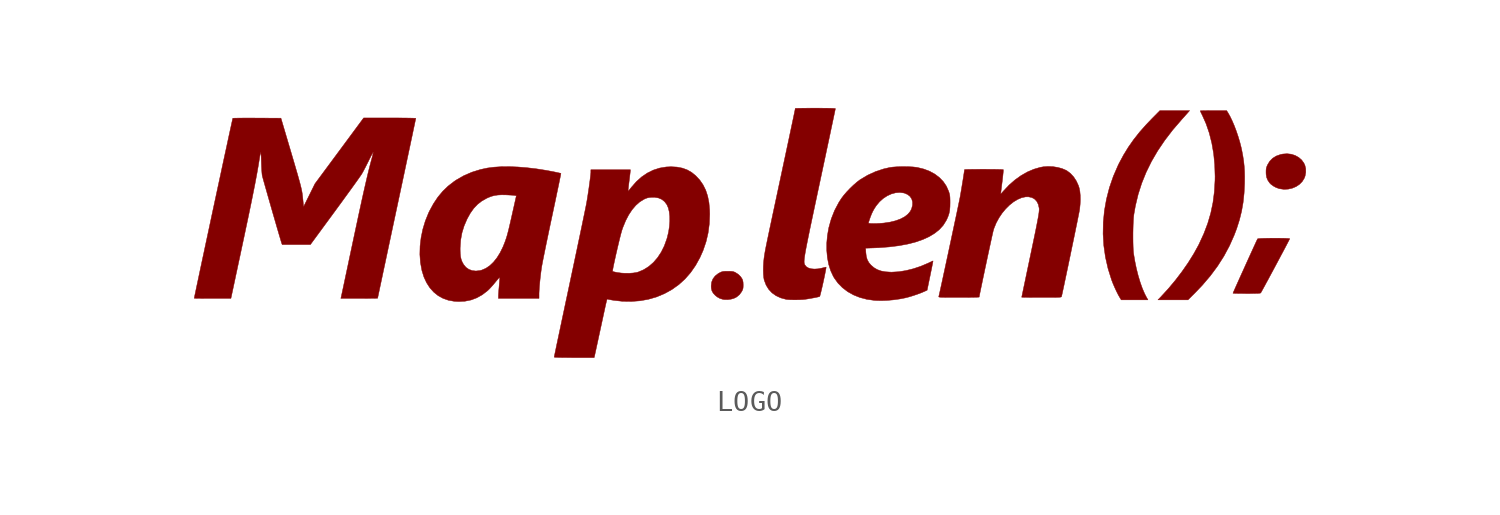
<source format=kicad_sym>
(kicad_symbol_lib
  (version 20211014)
  (generator kicad_symbol_editor)
  (symbol "LOGO"
    (pin_names
      (offset 1.016))
    (property "Reference" "#G"
      (at 0 5.368 0)
      (effects (font (size 1.27 1.27)) hide))
    (symbol "LOGO_0_0"
      (polyline (pts (xy 25.915 2.106) (xy 26.113 2.151) (xy 26.296 2.228) (xy 26.458 2.336) (xy 26.591 2.471) (xy 26.689 2.631) (xy 26.729 2.738) (xy 26.761 2.914) (xy 26.758 3.091) (xy 26.719 3.254) (xy 26.669 3.361) (xy 26.56 3.511) (xy 26.418 3.633) (xy 26.251 3.726) (xy 26.064 3.786) (xy 25.862 3.809) (xy 25.653 3.794) (xy 25.541 3.77) (xy 25.337 3.697) (xy 25.166 3.59) (xy 25.028 3.45) (xy 24.922 3.276) (xy 24.919 3.27) (xy 24.883 3.184) (xy 24.861 3.11) (xy 24.851 3.028) (xy 24.849 2.919) (xy 24.852 2.821) (xy 24.877 2.67) (xy 24.932 2.537) (xy 25.021 2.405) (xy 25.083 2.341) (xy 25.198 2.256) (xy 25.332 2.183) (xy 25.471 2.133) (xy 25.501 2.125) (xy 25.709 2.096) (xy 25.915 2.106)) (stroke (width 0.01) (type default) (color 0 0 0 0)) (fill (type outline)))
      (polyline (pts (xy -1.047 -3.211) (xy -0.899 -3.19) (xy -0.768 -3.154) (xy -0.635 -3.087) (xy -0.496 -2.972) (xy -0.388 -2.821) (xy -0.387 -2.82) (xy -0.351 -2.748) (xy -0.33 -2.684) (xy -0.32 -2.61) (xy -0.318 -2.507) (xy -0.322 -2.394) (xy -0.337 -2.301) (xy -0.364 -2.225) (xy -0.439 -2.111) (xy -0.556 -1.995) (xy -0.695 -1.906) (xy -0.733 -1.888) (xy -0.791 -1.867) (xy -0.856 -1.855) (xy -0.941 -1.85) (xy -1.059 -1.848) (xy -1.158 -1.849) (xy -1.246 -1.853) (xy -1.313 -1.864) (xy -1.371 -1.882) (xy -1.436 -1.912) (xy -1.524 -1.961) (xy -1.669 -2.076) (xy -1.774 -2.215) (xy -1.838 -2.374) (xy -1.859 -2.554) (xy -1.854 -2.658) (xy -1.824 -2.789) (xy -1.762 -2.901) (xy -1.662 -3.009) (xy -1.567 -3.086) (xy -1.438 -3.157) (xy -1.285 -3.202) (xy -1.189 -3.213) (xy -1.047 -3.211)) (stroke (width 0.01) (type default) (color 0 0 0 0)) (fill (type outline)))
      (polyline (pts (xy 19.082 -3.078) (xy 19.002 -2.923) (xy 18.893 -2.668) (xy 18.79 -2.378) (xy 18.694 -2.059) (xy 18.608 -1.719) (xy 18.535 -1.364) (xy 18.474 -1) (xy 18.468 -0.95) (xy 18.457 -0.812) (xy 18.45 -0.642) (xy 18.445 -0.446) (xy 18.443 -0.234) (xy 18.443 -0.014) (xy 18.447 0.204) (xy 18.453 0.411) (xy 18.462 0.599) (xy 18.473 0.759) (xy 18.487 0.883) (xy 18.561 1.302) (xy 18.693 1.853) (xy 18.865 2.391) (xy 19.078 2.917) (xy 19.332 3.435) (xy 19.63 3.946) (xy 19.971 4.451) (xy 20.357 4.955) (xy 20.79 5.457) (xy 20.803 5.472) (xy 20.892 5.57) (xy 20.974 5.663) (xy 21.043 5.74) (xy 21.089 5.793) (xy 21.169 5.885) (xy 19.74 5.885) (xy 19.35 5.491) (xy 19.091 5.221) (xy 18.768 4.857) (xy 18.481 4.495) (xy 18.224 4.129) (xy 17.992 3.751) (xy 17.779 3.354) (xy 17.729 3.253) (xy 17.498 2.722) (xy 17.311 2.18) (xy 17.169 1.628) (xy 17.07 1.07) (xy 17.015 0.509) (xy 17.005 -0.054) (xy 17.04 -0.615) (xy 17.119 -1.171) (xy 17.244 -1.72) (xy 17.413 -2.26) (xy 17.481 -2.437) (xy 17.564 -2.629) (xy 17.651 -2.817) (xy 17.737 -2.987) (xy 17.817 -3.125) (xy 17.879 -3.225) (xy 18.521 -3.225) (xy 19.164 -3.225) (xy 19.082 -3.078)) (stroke (width 0.01) (type default) (color 0 0 0 0)) (fill (type outline)))
      (polyline (pts (xy 21.44 -2.878) (xy 21.778 -2.524) (xy 22.168 -2.067) (xy 22.515 -1.6) (xy 22.821 -1.12) (xy 23.087 -0.624) (xy 23.316 -0.11) (xy 23.436 0.207) (xy 23.569 0.626) (xy 23.672 1.043) (xy 23.746 1.468) (xy 23.793 1.914) (xy 23.816 2.389) (xy 23.816 2.401) (xy 23.819 2.699) (xy 23.813 2.965) (xy 23.797 3.213) (xy 23.771 3.457) (xy 23.732 3.712) (xy 23.679 3.99) (xy 23.651 4.117) (xy 23.585 4.374) (xy 23.505 4.64) (xy 23.415 4.906) (xy 23.317 5.163) (xy 23.215 5.401) (xy 23.113 5.612) (xy 23.015 5.785) (xy 22.951 5.885) (xy 22.31 5.885) (xy 22.143 5.885) (xy 21.993 5.883) (xy 21.865 5.881) (xy 21.767 5.879) (xy 21.703 5.876) (xy 21.681 5.873) (xy 21.684 5.862) (xy 21.705 5.816) (xy 21.74 5.744) (xy 21.784 5.655) (xy 21.961 5.257) (xy 22.117 4.803) (xy 22.239 4.319) (xy 22.327 3.81) (xy 22.379 3.275) (xy 22.396 2.719) (xy 22.393 2.527) (xy 22.362 1.983) (xy 22.295 1.461) (xy 22.189 0.955) (xy 22.043 0.457) (xy 21.855 -0.039) (xy 21.624 -0.541) (xy 21.591 -0.607) (xy 21.363 -1.018) (xy 21.099 -1.441) (xy 20.802 -1.867) (xy 20.48 -2.288) (xy 20.136 -2.698) (xy 19.776 -3.09) (xy 19.646 -3.225) (xy 21.092 -3.225) (xy 21.44 -2.878)) (stroke (width 0.01) (type default) (color 0 0 0 0)) (fill (type outline)))
      (polyline (pts (xy 24.023 -2.919) (xy 24.208 -2.918) (xy 24.351 -2.915) (xy 24.457 -2.912) (xy 24.53 -2.906) (xy 24.575 -2.899) (xy 24.594 -2.89) (xy 24.594 -2.889) (xy 24.612 -2.859) (xy 24.649 -2.793) (xy 24.703 -2.695) (xy 24.772 -2.569) (xy 24.853 -2.419) (xy 24.945 -2.251) (xy 25.043 -2.067) (xy 25.148 -1.873) (xy 25.255 -1.673) (xy 25.363 -1.471) (xy 25.47 -1.271) (xy 25.572 -1.078) (xy 25.669 -0.897) (xy 25.757 -0.731) (xy 25.834 -0.584) (xy 25.898 -0.462) (xy 25.947 -0.368) (xy 25.978 -0.307) (xy 25.989 -0.283) (xy 25.97 -0.276) (xy 25.91 -0.27) (xy 25.817 -0.265) (xy 25.696 -0.261) (xy 25.553 -0.259) (xy 25.397 -0.257) (xy 25.233 -0.257) (xy 25.069 -0.258) (xy 24.91 -0.261) (xy 24.765 -0.264) (xy 24.638 -0.268) (xy 24.538 -0.274) (xy 24.47 -0.281) (xy 24.442 -0.288) (xy 24.432 -0.308) (xy 24.404 -0.366) (xy 24.36 -0.459) (xy 24.304 -0.582) (xy 24.236 -0.73) (xy 24.159 -0.898) (xy 24.075 -1.083) (xy 23.986 -1.279) (xy 23.894 -1.482) (xy 23.801 -1.688) (xy 23.709 -1.891) (xy 23.62 -2.088) (xy 23.536 -2.274) (xy 23.46 -2.445) (xy 23.392 -2.595) (xy 23.337 -2.721) (xy 23.294 -2.817) (xy 23.267 -2.88) (xy 23.258 -2.904) (xy 23.258 -2.905) (xy 23.287 -2.908) (xy 23.355 -2.912) (xy 23.459 -2.915) (xy 23.59 -2.917) (xy 23.744 -2.918) (xy 23.914 -2.919) (xy 24.023 -2.919)) (stroke (width 0.01) (type default) (color 0 0 0 0)) (fill (type outline)))
      (polyline (pts (xy 2.394 -3.217) (xy 2.528 -3.211) (xy 2.637 -3.201) (xy 2.667 -3.197) (xy 2.782 -3.18) (xy 2.907 -3.159) (xy 3.034 -3.136) (xy 3.153 -3.114) (xy 3.253 -3.092) (xy 3.326 -3.075) (xy 3.363 -3.062) (xy 3.368 -3.054) (xy 3.383 -3.008) (xy 3.405 -2.926) (xy 3.432 -2.817) (xy 3.463 -2.685) (xy 3.497 -2.539) (xy 3.531 -2.385) (xy 3.565 -2.23) (xy 3.596 -2.08) (xy 3.624 -1.942) (xy 3.647 -1.824) (xy 3.664 -1.73) (xy 3.673 -1.67) (xy 3.672 -1.648) (xy 3.668 -1.648) (xy 3.629 -1.657) (xy 3.56 -1.673) (xy 3.472 -1.695) (xy 3.289 -1.731) (xy 3.11 -1.742) (xy 2.95 -1.728) (xy 2.817 -1.688) (xy 2.714 -1.624) (xy 2.647 -1.537) (xy 2.641 -1.524) (xy 2.631 -1.498) (xy 2.624 -1.47) (xy 2.618 -1.438) (xy 2.615 -1.398) (xy 2.616 -1.348) (xy 2.62 -1.288) (xy 2.628 -1.214) (xy 2.64 -1.123) (xy 2.657 -1.015) (xy 2.679 -0.887) (xy 2.707 -0.737) (xy 2.741 -0.562) (xy 2.781 -0.361) (xy 2.828 -0.131) (xy 2.881 0.13) (xy 2.943 0.424) (xy 3.012 0.753) (xy 3.09 1.12) (xy 3.176 1.526) (xy 3.271 1.974) (xy 3.376 2.466) (xy 3.401 2.584) (xy 3.485 2.978) (xy 3.566 3.359) (xy 3.644 3.724) (xy 3.717 4.071) (xy 3.787 4.397) (xy 3.851 4.699) (xy 3.909 4.976) (xy 3.962 5.225) (xy 4.008 5.443) (xy 4.047 5.627) (xy 4.078 5.775) (xy 4.101 5.885) (xy 4.115 5.954) (xy 4.12 5.979) (xy 4.113 5.983) (xy 4.064 5.989) (xy 3.97 5.994) (xy 3.831 5.998) (xy 3.648 6) (xy 3.422 6.002) (xy 3.155 6.003) (xy 3.061 6.003) (xy 2.86 6.002) (xy 2.675 6.001) (xy 2.513 5.999) (xy 2.379 5.997) (xy 2.277 5.994) (xy 2.212 5.992) (xy 2.189 5.988) (xy 2.189 5.987) (xy 2.183 5.953) (xy 2.167 5.873) (xy 2.141 5.749) (xy 2.106 5.581) (xy 2.062 5.371) (xy 2.008 5.118) (xy 1.946 4.824) (xy 1.875 4.489) (xy 1.795 4.114) (xy 1.707 3.701) (xy 1.61 3.248) (xy 1.547 2.951) (xy 1.445 2.474) (xy 1.352 2.04) (xy 1.268 1.645) (xy 1.192 1.289) (xy 1.123 0.969) (xy 1.062 0.682) (xy 1.008 0.427) (xy 0.96 0.202) (xy 0.918 0.003) (xy 0.882 -0.171) (xy 0.85 -0.322) (xy 0.823 -0.453) (xy 0.8 -0.566) (xy 0.78 -0.662) (xy 0.764 -0.745) (xy 0.75 -0.817) (xy 0.739 -0.878) (xy 0.729 -0.933) (xy 0.721 -0.983) (xy 0.713 -1.03) (xy 0.706 -1.077) (xy 0.699 -1.125) (xy 0.691 -1.177) (xy 0.683 -1.236) (xy 0.664 -1.423) (xy 0.653 -1.618) (xy 0.65 -1.81) (xy 0.655 -1.988) (xy 0.669 -2.142) (xy 0.69 -2.26) (xy 0.698 -2.286) (xy 0.786 -2.517) (xy 0.91 -2.718) (xy 1.068 -2.887) (xy 1.261 -3.024) (xy 1.486 -3.129) (xy 1.744 -3.199) (xy 1.748 -3.2) (xy 1.833 -3.21) (xy 1.953 -3.217) (xy 2.094 -3.221) (xy 2.245 -3.221) (xy 2.394 -3.217)) (stroke (width 0.01) (type default) (color 0 0 0 0)) (fill (type outline)))
      (polyline (pts (xy 6.61 -3.251) (xy 6.914 -3.224) (xy 7.214 -3.182) (xy 7.498 -3.127) (xy 7.498 -3.126) (xy 7.662 -3.084) (xy 7.85 -3.027) (xy 8.044 -2.962) (xy 8.227 -2.894) (xy 8.381 -2.83) (xy 8.535 -2.761) (xy 8.68 -2.058) (xy 8.695 -1.984) (xy 8.73 -1.815) (xy 8.761 -1.664) (xy 8.786 -1.536) (xy 8.805 -1.437) (xy 8.817 -1.374) (xy 8.82 -1.35) (xy 8.819 -1.35) (xy 8.788 -1.362) (xy 8.729 -1.389) (xy 8.651 -1.426) (xy 8.586 -1.457) (xy 8.232 -1.607) (xy 7.872 -1.727) (xy 7.514 -1.816) (xy 7.167 -1.871) (xy 6.838 -1.89) (xy 6.768 -1.889) (xy 6.526 -1.873) (xy 6.317 -1.834) (xy 6.137 -1.769) (xy 5.979 -1.677) (xy 5.836 -1.555) (xy 5.834 -1.554) (xy 5.727 -1.426) (xy 5.653 -1.289) (xy 5.607 -1.13) (xy 5.585 -0.94) (xy 5.574 -0.737) (xy 6.006 -0.722) (xy 6.2 -0.714) (xy 6.706 -0.676) (xy 7.173 -0.618) (xy 7.6 -0.539) (xy 7.988 -0.439) (xy 8.335 -0.318) (xy 8.641 -0.177) (xy 8.906 -0.015) (xy 9.13 0.166) (xy 9.312 0.368) (xy 9.451 0.59) (xy 9.488 0.663) (xy 9.55 0.809) (xy 9.594 0.946) (xy 9.621 1.089) (xy 9.635 1.252) (xy 9.639 1.448) (xy 9.638 1.578) (xy 9.635 1.688) (xy 9.628 1.772) (xy 9.617 1.844) (xy 9.599 1.915) (xy 9.573 1.996) (xy 9.568 2.009) (xy 9.461 2.25) (xy 9.314 2.467) (xy 9.13 2.659) (xy 8.911 2.826) (xy 8.659 2.964) (xy 8.376 3.072) (xy 8.066 3.148) (xy 8.009 3.157) (xy 7.851 3.174) (xy 7.665 3.184) (xy 7.462 3.188) (xy 7.256 3.187) (xy 7.058 3.179) (xy 6.882 3.166) (xy 6.739 3.146) (xy 6.448 3.08) (xy 6.052 2.95) (xy 5.672 2.776) (xy 5.314 2.562) (xy 5.304 2.556) (xy 5.154 2.442) (xy 4.99 2.299) (xy 4.823 2.139) (xy 4.663 1.971) (xy 4.522 1.807) (xy 4.409 1.657) (xy 4.286 1.465) (xy 4.083 1.082) (xy 3.923 0.679) (xy 3.866 0.477) (xy 5.707 0.477) (xy 5.732 0.554) (xy 5.798 0.749) (xy 5.862 0.912) (xy 5.929 1.053) (xy 6.002 1.182) (xy 6.088 1.31) (xy 6.093 1.317) (xy 6.247 1.501) (xy 6.423 1.658) (xy 6.615 1.783) (xy 6.816 1.875) (xy 7.02 1.93) (xy 7.223 1.946) (xy 7.416 1.92) (xy 7.446 1.912) (xy 7.598 1.846) (xy 7.715 1.752) (xy 7.794 1.632) (xy 7.834 1.491) (xy 7.833 1.333) (xy 7.788 1.161) (xy 7.725 1.036) (xy 7.609 0.897) (xy 7.451 0.774) (xy 7.255 0.67) (xy 7.022 0.584) (xy 6.755 0.518) (xy 6.455 0.473) (xy 6.397 0.468) (xy 6.255 0.457) (xy 6.114 0.45) (xy 5.984 0.447) (xy 5.87 0.448) (xy 5.782 0.454) (xy 5.725 0.463) (xy 5.707 0.477) (xy 3.866 0.477) (xy 3.805 0.257) (xy 3.804 0.255) (xy 3.738 -0.118) (xy 3.704 -0.487) (xy 3.704 -0.848) (xy 3.735 -1.193) (xy 3.798 -1.519) (xy 3.892 -1.819) (xy 4.017 -2.089) (xy 4.068 -2.176) (xy 4.249 -2.425) (xy 4.465 -2.644) (xy 4.714 -2.832) (xy 4.993 -2.988) (xy 5.3 -3.111) (xy 5.633 -3.198) (xy 5.99 -3.249) (xy 6.052 -3.254) (xy 6.318 -3.261) (xy 6.61 -3.251)) (stroke (width 0.01) (type default) (color 0 0 0 0)) (fill (type outline)))
      (polyline (pts (xy -13.711 -3.29) (xy -13.418 -3.231) (xy -13.141 -3.127) (xy -12.877 -2.979) (xy -12.624 -2.785) (xy -12.614 -2.776) (xy -12.54 -2.704) (xy -12.449 -2.607) (xy -12.352 -2.498) (xy -12.261 -2.388) (xy -12.225 -2.344) (xy -12.152 -2.257) (xy -12.093 -2.187) (xy -12.052 -2.142) (xy -12.035 -2.128) (xy -12.034 -2.144) (xy -12.037 -2.201) (xy -12.043 -2.291) (xy -12.052 -2.405) (xy -12.063 -2.537) (xy -12.071 -2.63) (xy -12.083 -2.767) (xy -12.092 -2.889) (xy -12.098 -2.985) (xy -12.1 -3.046) (xy -12.1 -3.154) (xy -10.146 -3.154) (xy -10.146 -2.946) (xy -10.146 -2.908) (xy -10.139 -2.758) (xy -10.127 -2.573) (xy -10.108 -2.364) (xy -10.085 -2.14) (xy -10.057 -1.91) (xy -10.026 -1.683) (xy -10.016 -1.619) (xy -9.995 -1.508) (xy -9.967 -1.359) (xy -9.93 -1.175) (xy -9.887 -0.961) (xy -9.838 -0.72) (xy -9.784 -0.456) (xy -9.725 -0.173) (xy -9.663 0.125) (xy -9.598 0.434) (xy -9.531 0.749) (xy -9.524 0.781) (xy -9.459 1.087) (xy -9.397 1.379) (xy -9.339 1.654) (xy -9.286 1.91) (xy -9.237 2.142) (xy -9.194 2.347) (xy -9.158 2.523) (xy -9.129 2.665) (xy -9.108 2.771) (xy -9.096 2.838) (xy -9.092 2.862) (xy -9.098 2.865) (xy -9.141 2.876) (xy -9.218 2.893) (xy -9.321 2.916) (xy -9.441 2.941) (xy -9.798 3.008) (xy -10.264 3.081) (xy -10.719 3.135) (xy -11.156 3.171) (xy -11.572 3.188) (xy -11.96 3.185) (xy -12.317 3.162) (xy -12.636 3.12) (xy -12.962 3.05) (xy -13.374 2.922) (xy -13.762 2.755) (xy -14.124 2.548) (xy -14.231 2.476) (xy -14.521 2.252) (xy -14.78 2.002) (xy -15.014 1.721) (xy -15.226 1.404) (xy -15.42 1.048) (xy -15.465 0.953) (xy -15.619 0.571) (xy -15.739 0.174) (xy -15.823 -0.231) (xy -15.871 -0.637) (xy -15.875 -0.789) (xy -13.943 -0.789) (xy -13.942 -0.709) (xy -13.917 -0.344) (xy -13.855 0.0001) (xy -13.752 0.335) (xy -13.607 0.671) (xy -13.606 0.673) (xy -13.455 0.946) (xy -13.291 1.177) (xy -13.109 1.37) (xy -12.905 1.53) (xy -12.676 1.66) (xy -12.598 1.697) (xy -12.442 1.758) (xy -12.287 1.799) (xy -12.121 1.823) (xy -11.933 1.832) (xy -11.711 1.828) (xy -11.657 1.825) (xy -11.532 1.819) (xy -11.423 1.812) (xy -11.342 1.805) (xy -11.297 1.799) (xy -11.237 1.785) (xy -11.431 0.922) (xy -11.434 0.909) (xy -11.49 0.66) (xy -11.538 0.451) (xy -11.579 0.276) (xy -11.614 0.13) (xy -11.646 0.007) (xy -11.675 -0.099) (xy -11.702 -0.193) (xy -11.731 -0.282) (xy -11.761 -0.37) (xy -11.795 -0.464) (xy -11.879 -0.673) (xy -12.016 -0.952) (xy -12.169 -1.198) (xy -12.336 -1.407) (xy -12.514 -1.577) (xy -12.702 -1.705) (xy -12.897 -1.79) (xy -12.992 -1.815) (xy -13.183 -1.836) (xy -13.362 -1.816) (xy -13.523 -1.757) (xy -13.661 -1.661) (xy -13.773 -1.527) (xy -13.788 -1.503) (xy -13.85 -1.388) (xy -13.894 -1.27) (xy -13.923 -1.138) (xy -13.938 -0.981) (xy -13.943 -0.789) (xy -15.875 -0.789) (xy -15.881 -1.039) (xy -15.853 -1.429) (xy -15.785 -1.801) (xy -15.78 -1.822) (xy -15.684 -2.129) (xy -15.556 -2.404) (xy -15.399 -2.646) (xy -15.215 -2.851) (xy -15.004 -3.021) (xy -14.769 -3.151) (xy -14.51 -3.243) (xy -14.23 -3.293) (xy -14.021 -3.306) (xy -13.711 -3.29)) (stroke (width 0.01) (type default) (color 0 0 0 0)) (fill (type outline)))
      (polyline (pts (xy -7.478 -5.95) (xy -7.473 -5.929) (xy -7.459 -5.865) (xy -7.437 -5.763) (xy -7.407 -5.626) (xy -7.371 -5.459) (xy -7.329 -5.267) (xy -7.283 -5.053) (xy -7.233 -4.822) (xy -7.18 -4.579) (xy -7.121 -4.306) (xy -7.067 -4.057) (xy -7.022 -3.847) (xy -6.984 -3.674) (xy -6.954 -3.533) (xy -6.929 -3.422) (xy -6.909 -3.337) (xy -6.894 -3.274) (xy -6.883 -3.231) (xy -6.874 -3.204) (xy -6.868 -3.189) (xy -6.863 -3.184) (xy -6.858 -3.185) (xy -6.853 -3.188) (xy -6.843 -3.191) (xy -6.794 -3.203) (xy -6.716 -3.219) (xy -6.62 -3.236) (xy -6.544 -3.248) (xy -6.122 -3.295) (xy -5.701 -3.301) (xy -5.289 -3.27) (xy -4.891 -3.2) (xy -4.516 -3.093) (xy -4.494 -3.086) (xy -4.107 -2.925) (xy -3.749 -2.727) (xy -3.419 -2.492) (xy -3.119 -2.22) (xy -2.849 -1.912) (xy -2.61 -1.568) (xy -2.4 -1.189) (xy -2.246 -0.84) (xy -2.106 -0.428) (xy -2.007 -0.005) (xy -1.949 0.435) (xy -1.93 0.897) (xy -1.935 1.102) (xy -1.966 1.452) (xy -2.028 1.768) (xy -2.122 2.054) (xy -2.249 2.311) (xy -2.409 2.543) (xy -2.604 2.752) (xy -2.799 2.91) (xy -3.012 3.032) (xy -3.245 3.117) (xy -3.502 3.167) (xy -3.79 3.183) (xy -4.024 3.172) (xy -4.342 3.119) (xy -4.646 3.021) (xy -4.935 2.878) (xy -5.208 2.692) (xy -5.464 2.462) (xy -5.703 2.189) (xy -5.72 2.168) (xy -5.776 2.097) (xy -5.821 2.041) (xy -5.845 2.013) (xy -5.851 2.007) (xy -5.857 2.008) (xy -5.859 2.024) (xy -5.858 2.059) (xy -5.852 2.12) (xy -5.842 2.211) (xy -5.827 2.338) (xy -5.806 2.507) (xy -5.793 2.611) (xy -5.779 2.733) (xy -5.766 2.839) (xy -5.758 2.913) (xy -5.746 3.037) (xy -7.651 3.037) (xy -7.651 2.929) (xy -7.652 2.889) (xy -7.661 2.799) (xy -7.675 2.675) (xy -7.694 2.524) (xy -7.717 2.353) (xy -7.742 2.17) (xy -7.77 1.982) (xy -7.798 1.796) (xy -7.826 1.619) (xy -7.853 1.46) (xy -7.855 1.448) (xy -7.869 1.375) (xy -7.892 1.26) (xy -7.923 1.105) (xy -7.963 0.913) (xy -8.01 0.687) (xy -8.063 0.429) (xy -8.123 0.143) (xy -8.188 -0.168) (xy -8.259 -0.502) (xy -8.333 -0.857) (xy -8.412 -1.228) (xy -8.493 -1.614) (xy -8.541 -1.839) (xy -6.607 -1.839) (xy -6.599 -1.784) (xy -6.583 -1.694) (xy -6.559 -1.572) (xy -6.528 -1.426) (xy -6.492 -1.261) (xy -6.453 -1.083) (xy -6.41 -0.897) (xy -6.367 -0.709) (xy -6.323 -0.525) (xy -6.281 -0.35) (xy -6.242 -0.191) (xy -6.206 -0.052) (xy -6.175 0.06) (xy -6.152 0.139) (xy -6.106 0.27) (xy -5.976 0.585) (xy -5.829 0.868) (xy -5.666 1.114) (xy -5.489 1.322) (xy -5.3 1.489) (xy -5.101 1.613) (xy -5.027 1.648) (xy -4.935 1.682) (xy -4.843 1.701) (xy -4.727 1.712) (xy -4.587 1.713) (xy -4.399 1.682) (xy -4.237 1.613) (xy -4.101 1.504) (xy -3.991 1.357) (xy -3.989 1.353) (xy -3.923 1.201) (xy -3.878 1.014) (xy -3.854 0.798) (xy -3.851 0.561) (xy -3.87 0.309) (xy -3.909 0.049) (xy -3.97 -0.212) (xy -3.996 -0.299) (xy -4.115 -0.628) (xy -4.263 -0.926) (xy -4.438 -1.192) (xy -4.638 -1.423) (xy -4.861 -1.617) (xy -5.104 -1.771) (xy -5.367 -1.884) (xy -5.457 -1.908) (xy -5.615 -1.932) (xy -5.797 -1.945) (xy -5.99 -1.946) (xy -6.182 -1.935) (xy -6.36 -1.911) (xy -6.422 -1.9) (xy -6.512 -1.881) (xy -6.577 -1.864) (xy -6.606 -1.853) (xy -6.607 -1.839) (xy -8.541 -1.839) (xy -8.578 -2.011) (xy -8.664 -2.418) (xy -8.697 -2.574) (xy -8.781 -2.97) (xy -8.863 -3.352) (xy -8.94 -3.718) (xy -9.014 -4.066) (xy -9.083 -4.393) (xy -9.147 -4.696) (xy -9.206 -4.974) (xy -9.259 -5.223) (xy -9.305 -5.441) (xy -9.343 -5.625) (xy -9.374 -5.774) (xy -9.397 -5.884) (xy -9.411 -5.953) (xy -9.416 -5.978) (xy -9.407 -5.983) (xy -9.358 -5.989) (xy -9.267 -5.994) (xy -9.131 -5.998) (xy -8.951 -6.001) (xy -8.725 -6.002) (xy -8.454 -6.003) (xy -7.491 -6.003) (xy -7.478 -5.95)) (stroke (width 0.01) (type default) (color 0 0 0 0)) (fill (type outline)))
      (polyline (pts (xy 14.096 -3.107) (xy 14.324 -3.107) (xy 14.509 -3.107) (xy 14.658 -3.106) (xy 14.773 -3.104) (xy 14.858 -3.101) (xy 14.92 -3.097) (xy 14.961 -3.092) (xy 14.986 -3.085) (xy 14.999 -3.076) (xy 15.004 -3.066) (xy 15.011 -3.041) (xy 15.027 -2.97) (xy 15.051 -2.861) (xy 15.082 -2.716) (xy 15.12 -2.541) (xy 15.162 -2.339) (xy 15.209 -2.116) (xy 15.26 -1.874) (xy 15.314 -1.618) (xy 15.369 -1.353) (xy 15.426 -1.081) (xy 15.482 -0.809) (xy 15.538 -0.539) (xy 15.593 -0.276) (xy 15.645 -0.024) (xy 15.693 0.212) (xy 15.738 0.43) (xy 15.777 0.624) (xy 15.81 0.79) (xy 15.837 0.924) (xy 15.856 1.022) (xy 15.867 1.08) (xy 15.88 1.169) (xy 15.901 1.385) (xy 15.909 1.603) (xy 15.905 1.812) (xy 15.887 2) (xy 15.857 2.154) (xy 15.816 2.282) (xy 15.716 2.499) (xy 15.588 2.695) (xy 15.436 2.86) (xy 15.266 2.988) (xy 15.226 3.011) (xy 15.038 3.092) (xy 14.822 3.151) (xy 14.59 3.187) (xy 14.354 3.197) (xy 14.126 3.18) (xy 13.982 3.154) (xy 13.672 3.064) (xy 13.362 2.932) (xy 13.058 2.759) (xy 12.762 2.547) (xy 12.479 2.3) (xy 12.214 2.018) (xy 12.182 1.982) (xy 12.128 1.922) (xy 12.091 1.885) (xy 12.077 1.877) (xy 12.078 1.891) (xy 12.084 1.946) (xy 12.095 2.037) (xy 12.11 2.157) (xy 12.127 2.3) (xy 12.147 2.457) (xy 12.16 2.566) (xy 12.177 2.714) (xy 12.19 2.842) (xy 12.2 2.944) (xy 12.204 3.012) (xy 12.204 3.04) (xy 12.199 3.042) (xy 12.158 3.046) (xy 12.079 3.05) (xy 11.967 3.053) (xy 11.829 3.056) (xy 11.672 3.058) (xy 11.5 3.059) (xy 11.32 3.06) (xy 11.139 3.06) (xy 10.962 3.059) (xy 10.796 3.058) (xy 10.646 3.056) (xy 10.519 3.054) (xy 10.42 3.051) (xy 10.357 3.047) (xy 10.334 3.043) (xy 10.333 3.026) (xy 10.325 2.965) (xy 10.31 2.869) (xy 10.291 2.745) (xy 10.269 2.602) (xy 10.244 2.446) (xy 10.217 2.284) (xy 10.191 2.124) (xy 10.165 1.973) (xy 10.142 1.838) (xy 10.122 1.727) (xy 10.118 1.705) (xy 10.102 1.623) (xy 10.077 1.503) (xy 10.045 1.348) (xy 10.006 1.163) (xy 9.962 0.951) (xy 9.912 0.716) (xy 9.858 0.463) (xy 9.801 0.194) (xy 9.741 -0.087) (xy 9.68 -0.375) (xy 9.617 -0.667) (xy 9.555 -0.959) (xy 9.493 -1.246) (xy 9.433 -1.526) (xy 9.375 -1.795) (xy 9.32 -2.048) (xy 9.27 -2.282) (xy 9.224 -2.493) (xy 9.184 -2.676) (xy 9.15 -2.829) (xy 9.123 -2.948) (xy 9.105 -3.028) (xy 9.096 -3.066) (xy 9.095 -3.071) (xy 9.097 -3.081) (xy 9.11 -3.088) (xy 9.136 -3.094) (xy 9.181 -3.099) (xy 9.248 -3.102) (xy 9.341 -3.104) (xy 9.465 -3.106) (xy 9.624 -3.107) (xy 9.822 -3.107) (xy 10.062 -3.107) (xy 10.166 -3.107) (xy 10.369 -3.107) (xy 10.554 -3.105) (xy 10.716 -3.103) (xy 10.851 -3.1) (xy 10.953 -3.097) (xy 11.018 -3.093) (xy 11.04 -3.09) (xy 11.043 -3.073) (xy 11.054 -3.014) (xy 11.073 -2.916) (xy 11.1 -2.785) (xy 11.133 -2.624) (xy 11.172 -2.439) (xy 11.214 -2.235) (xy 11.261 -2.015) (xy 11.309 -1.785) (xy 11.36 -1.548) (xy 11.41 -1.31) (xy 11.46 -1.076) (xy 11.509 -0.849) (xy 11.555 -0.635) (xy 11.598 -0.438) (xy 11.636 -0.263) (xy 11.669 -0.114) (xy 11.696 0.004) (xy 11.715 0.087) (xy 11.726 0.129) (xy 11.756 0.223) (xy 11.859 0.475) (xy 11.989 0.716) (xy 12.14 0.942) (xy 12.31 1.148) (xy 12.493 1.331) (xy 12.686 1.486) (xy 12.883 1.607) (xy 13.081 1.691) (xy 13.275 1.734) (xy 13.42 1.735) (xy 13.577 1.7) (xy 13.709 1.627) (xy 13.813 1.517) (xy 13.886 1.373) (xy 13.926 1.199) (xy 13.928 1.184) (xy 13.93 1.146) (xy 13.93 1.103) (xy 13.926 1.051) (xy 13.92 0.987) (xy 13.909 0.908) (xy 13.894 0.813) (xy 13.873 0.697) (xy 13.847 0.558) (xy 13.815 0.393) (xy 13.777 0.2) (xy 13.731 -0.026) (xy 13.677 -0.286) (xy 13.615 -0.583) (xy 13.544 -0.921) (xy 13.464 -1.302) (xy 13.451 -1.365) (xy 13.392 -1.644) (xy 13.336 -1.91) (xy 13.284 -2.158) (xy 13.237 -2.384) (xy 13.194 -2.586) (xy 13.158 -2.759) (xy 13.129 -2.9) (xy 13.107 -3.006) (xy 13.093 -3.072) (xy 13.088 -3.097) (xy 13.092 -3.098) (xy 13.132 -3.1) (xy 13.211 -3.102) (xy 13.327 -3.104) (xy 13.472 -3.105) (xy 13.643 -3.106) (xy 13.834 -3.107) (xy 14.04 -3.107) (xy 14.096 -3.107)) (stroke (width 0.01) (type default) (color 0 0 0 0)) (fill (type outline)))
      (polyline (pts (xy -24.965 -3.102) (xy -24.964 -3.097) (xy -24.954 -3.054) (xy -24.936 -2.969) (xy -24.91 -2.845) (xy -24.875 -2.684) (xy -24.834 -2.491) (xy -24.786 -2.267) (xy -24.733 -2.015) (xy -24.674 -1.74) (xy -24.611 -1.443) (xy -24.543 -1.128) (xy -24.473 -0.798) (xy -24.4 -0.455) (xy -24.333 -0.141) (xy -24.236 0.32) (xy -24.147 0.74) (xy -24.067 1.123) (xy -23.995 1.471) (xy -23.931 1.789) (xy -23.873 2.079) (xy -23.82 2.346) (xy -23.774 2.591) (xy -23.731 2.819) (xy -23.693 3.032) (xy -23.658 3.235) (xy -23.626 3.429) (xy -23.596 3.619) (xy -23.58 3.716) (xy -23.563 3.803) (xy -23.549 3.862) (xy -23.539 3.884) (xy -23.538 3.881) (xy -23.532 3.844) (xy -23.526 3.768) (xy -23.52 3.662) (xy -23.515 3.532) (xy -23.51 3.384) (xy -23.509 3.352) (xy -23.503 3.195) (xy -23.495 3.047) (xy -23.486 2.918) (xy -23.477 2.817) (xy -23.469 2.754) (xy -23.461 2.724) (xy -23.441 2.65) (xy -23.411 2.539) (xy -23.371 2.397) (xy -23.323 2.227) (xy -23.268 2.034) (xy -23.208 1.823) (xy -23.144 1.599) (xy -23.077 1.365) (xy -23.009 1.127) (xy -22.94 0.888) (xy -22.872 0.654) (xy -22.807 0.429) (xy -22.746 0.218) (xy -22.689 0.025) (xy -22.639 -0.146) (xy -22.596 -0.289) (xy -22.563 -0.401) (xy -22.54 -0.477) (xy -22.528 -0.512) (xy -22.506 -0.565) (xy -21.828 -0.565) (xy -21.151 -0.565) (xy -19.967 1.047) (xy -19.861 1.192) (xy -19.681 1.437) (xy -19.51 1.673) (xy -19.348 1.896) (xy -19.197 2.103) (xy -19.061 2.292) (xy -18.942 2.458) (xy -18.841 2.6) (xy -18.762 2.713) (xy -18.705 2.795) (xy -18.675 2.842) (xy -18.631 2.919) (xy -18.571 3.031) (xy -18.501 3.164) (xy -18.428 3.309) (xy -18.355 3.454) (xy -18.34 3.485) (xy -18.277 3.612) (xy -18.221 3.722) (xy -18.175 3.808) (xy -18.142 3.864) (xy -18.127 3.884) (xy -18.126 3.884) (xy -18.127 3.856) (xy -18.139 3.794) (xy -18.161 3.704) (xy -18.189 3.596) (xy -18.214 3.506) (xy -18.259 3.338) (xy -18.305 3.157) (xy -18.355 2.96) (xy -18.407 2.744) (xy -18.462 2.508) (xy -18.522 2.247) (xy -18.587 1.96) (xy -18.658 1.643) (xy -18.734 1.293) (xy -18.818 0.909) (xy -18.908 0.486) (xy -19.007 0.024) (xy -19.115 -0.483) (xy -19.132 -0.564) (xy -19.204 -0.902) (xy -19.273 -1.227) (xy -19.338 -1.536) (xy -19.4 -1.827) (xy -19.457 -2.095) (xy -19.508 -2.338) (xy -19.554 -2.553) (xy -19.593 -2.736) (xy -19.625 -2.886) (xy -19.649 -2.999) (xy -19.665 -3.072) (xy -19.672 -3.102) (xy -19.685 -3.154) (xy -18.774 -3.154) (xy -18.577 -3.154) (xy -18.396 -3.153) (xy -18.236 -3.152) (xy -18.103 -3.151) (xy -18.001 -3.149) (xy -17.937 -3.147) (xy -17.914 -3.144) (xy -17.91 -3.125) (xy -17.897 -3.062) (xy -17.875 -2.957) (xy -17.844 -2.813) (xy -17.806 -2.631) (xy -17.76 -2.415) (xy -17.707 -2.166) (xy -17.648 -1.886) (xy -17.582 -1.578) (xy -17.511 -1.244) (xy -17.435 -0.886) (xy -17.355 -0.507) (xy -17.27 -0.109) (xy -17.182 0.306) (xy -17.09 0.736) (xy -16.996 1.178) (xy -16.912 1.573) (xy -16.82 2.004) (xy -16.731 2.421) (xy -16.646 2.822) (xy -16.565 3.204) (xy -16.489 3.564) (xy -16.417 3.902) (xy -16.351 4.213) (xy -16.291 4.497) (xy -16.237 4.75) (xy -16.191 4.971) (xy -16.151 5.158) (xy -16.12 5.307) (xy -16.097 5.417) (xy -16.083 5.486) (xy -16.078 5.511) (xy -16.079 5.512) (xy -16.111 5.516) (xy -16.185 5.52) (xy -16.299 5.523) (xy -16.449 5.526) (xy -16.631 5.529) (xy -16.841 5.53) (xy -17.076 5.532) (xy -17.332 5.532) (xy -18.587 5.532) (xy -19.758 3.949) (xy -20.93 2.366) (xy -21.478 1.259) (xy -21.507 1.565) (xy -21.508 1.578) (xy -21.517 1.666) (xy -21.525 1.747) (xy -21.534 1.823) (xy -21.544 1.899) (xy -21.557 1.977) (xy -21.573 2.06) (xy -21.593 2.153) (xy -21.619 2.258) (xy -21.649 2.378) (xy -21.687 2.517) (xy -21.732 2.679) (xy -21.785 2.866) (xy -21.848 3.081) (xy -21.92 3.329) (xy -22.003 3.611) (xy -22.098 3.933) (xy -22.206 4.296) (xy -22.568 5.52) (xy -23.718 5.526) (xy -23.742 5.526) (xy -23.97 5.527) (xy -24.182 5.527) (xy -24.375 5.527) (xy -24.543 5.525) (xy -24.683 5.523) (xy -24.79 5.521) (xy -24.859 5.518) (xy -24.886 5.514) (xy -24.887 5.509) (xy -24.897 5.466) (xy -24.916 5.38) (xy -24.944 5.256) (xy -24.979 5.094) (xy -25.022 4.899) (xy -25.071 4.673) (xy -25.126 4.418) (xy -25.186 4.138) (xy -25.252 3.835) (xy -25.322 3.512) (xy -25.395 3.171) (xy -25.471 2.816) (xy -25.55 2.449) (xy -25.631 2.073) (xy -25.713 1.691) (xy -25.796 1.305) (xy -25.879 0.918) (xy -25.961 0.533) (xy -26.042 0.153) (xy -26.122 -0.22) (xy -26.2 -0.583) (xy -26.274 -0.933) (xy -26.346 -1.267) (xy -26.413 -1.583) (xy -26.476 -1.878) (xy -26.533 -2.149) (xy -26.585 -2.393) (xy -26.631 -2.608) (xy -26.669 -2.791) (xy -26.7 -2.939) (xy -26.723 -3.049) (xy -26.737 -3.119) (xy -26.742 -3.146) (xy -26.741 -3.146) (xy -26.714 -3.148) (xy -26.645 -3.15) (xy -26.54 -3.151) (xy -26.403 -3.153) (xy -26.241 -3.154) (xy -26.058 -3.154) (xy -25.859 -3.154) (xy -24.977 -3.154) (xy -24.965 -3.102)) (stroke (width 0.01) (type default) (color 0 0 0 0)) (fill (type outline))))))
</source>
